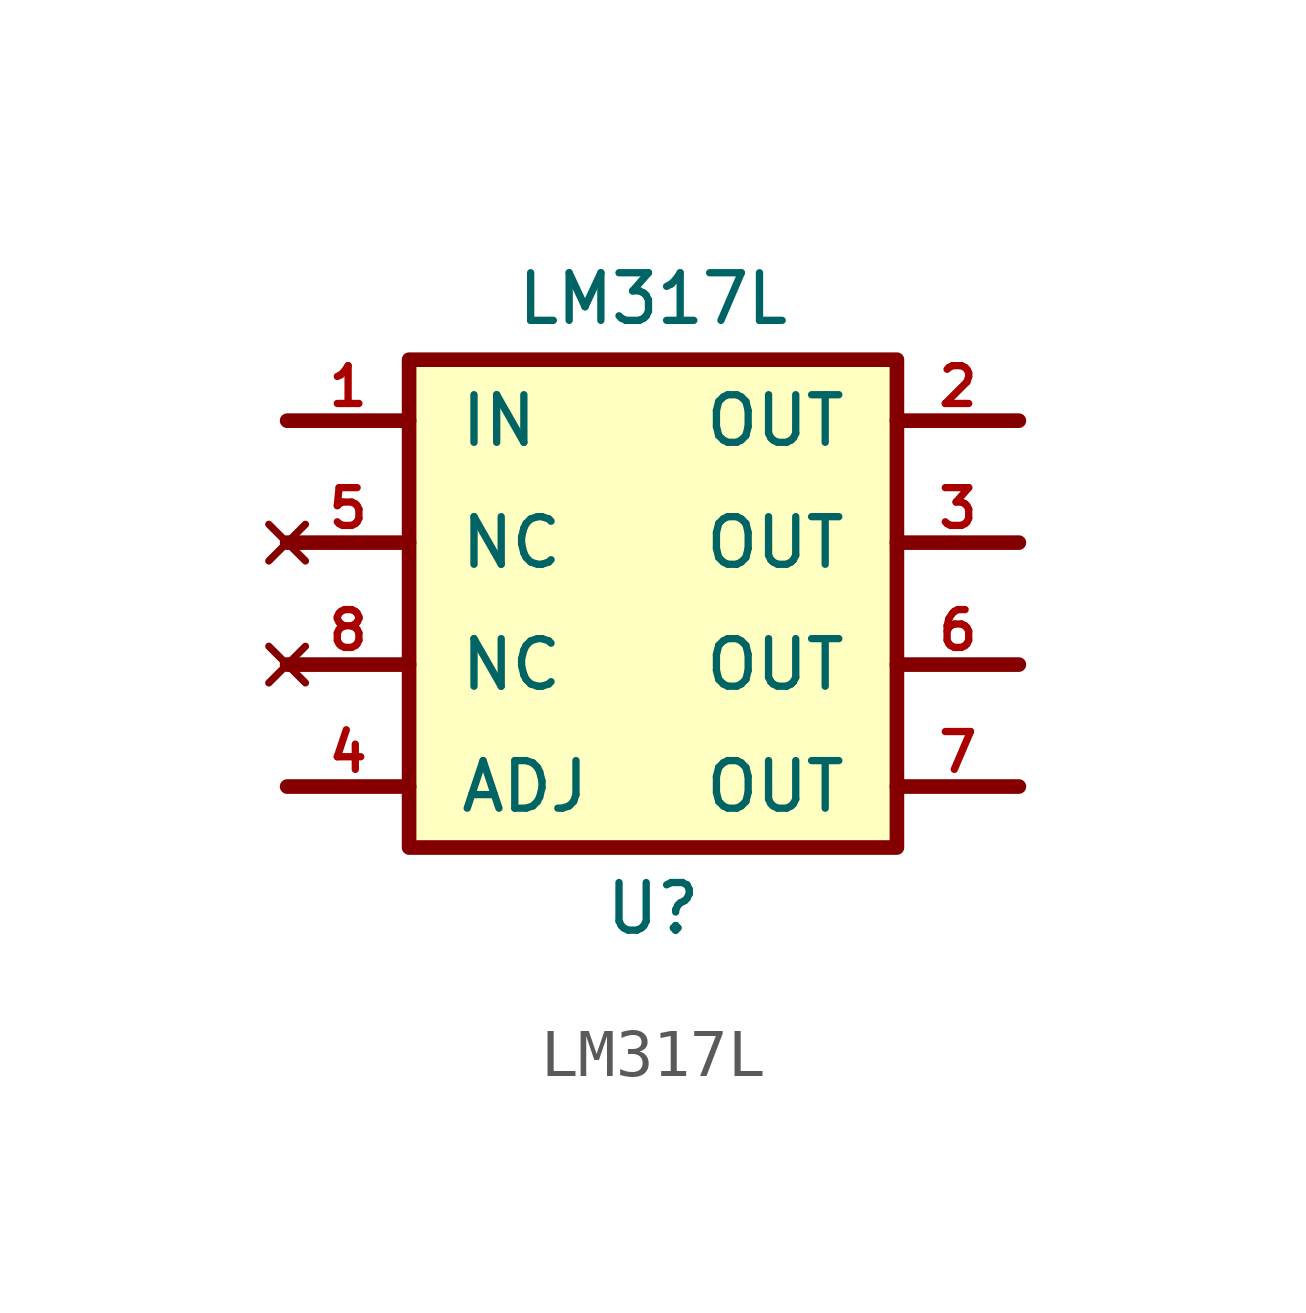
<source format=kicad_sym>
(kicad_symbol_lib
  (version 20211014)
  (generator kicad_symbol_editor)
  (symbol "LM317L"
    (pin_names
      (offset 1.016))
    (property "Reference" "U"
      (at 0 -6.35 0)
      (effects (font (size 0.991 0.991))))
    (property "Value" "LM317L"
      (at 0 6.35 0)
      (effects (font (size 0.991 0.991))))
    (property "Footprint" ""
      (at 0 0 0)
      (effects (font (size 1.524 1.524))))
    (property "Datasheet" ""
      (at 0 0 0)
      (effects (font (size 1.524 1.524))))
    (symbol "LM317L_0_1"
      (rectangle (start -5.08 5.08) (end 5.08 -5.08) (stroke (width 0.305) (type default) (color 0 0 0 0)) (fill (type background)))
      (polyline (pts (xy -7.62 -3.81) (xy -5.08 -3.81)) (stroke (width 0.305) (type default) (color 0 0 0 0)) (fill (type none)))
      (polyline (pts (xy -7.62 -1.27) (xy -5.08 -1.27)) (stroke (width 0.305) (type default) (color 0 0 0 0)) (fill (type none)))
      (polyline (pts (xy -7.62 1.27) (xy -5.08 1.27)) (stroke (width 0.305) (type default) (color 0 0 0 0)) (fill (type none)))
      (polyline (pts (xy -7.62 3.81) (xy -5.08 3.81)) (stroke (width 0.305) (type default) (color 0 0 0 0)) (fill (type none)))
      (polyline (pts (xy 5.08 -3.81) (xy 7.62 -3.81)) (stroke (width 0.305) (type default) (color 0 0 0 0)) (fill (type none)))
      (polyline (pts (xy 5.08 -1.27) (xy 7.62 -1.27)) (stroke (width 0.305) (type default) (color 0 0 0 0)) (fill (type none)))
      (polyline (pts (xy 5.08 1.27) (xy 7.62 1.27)) (stroke (width 0.305) (type default) (color 0 0 0 0)) (fill (type none)))
      (polyline (pts (xy 5.08 3.81) (xy 7.62 3.81)) (stroke (width 0.305) (type default) (color 0 0 0 0)) (fill (type none))))
    (symbol "LM317L_1_1"
      (pin power_out line (at -7.62 3.81 0) (length 2.54) (name "IN" (effects (font (size 0.991 0.991)))) (number "1" (effects (font (size 0.787 0.787)))))
      (pin power_out line (at 7.62 3.81 180) (length 2.54) (name "OUT" (effects (font (size 0.991 0.991)))) (number "2" (effects (font (size 0.787 0.787)))))
      (pin power_out line (at 7.62 1.27 180) (length 2.54) (name "OUT" (effects (font (size 0.991 0.991)))) (number "3" (effects (font (size 0.787 0.787)))))
      (pin bidirectional line (at -7.62 -3.81 0) (length 2.54) (name "ADJ" (effects (font (size 0.991 0.991)))) (number "4" (effects (font (size 0.787 0.787)))))
      (pin no_connect line (at -7.62 1.27 0) (length 2.54) (name "NC" (effects (font (size 0.991 0.991)))) (number "5" (effects (font (size 0.787 0.787)))))
      (pin power_out line (at 7.62 -1.27 180) (length 2.54) (name "OUT" (effects (font (size 0.991 0.991)))) (number "6" (effects (font (size 0.787 0.787)))))
      (pin power_out line (at 7.62 -3.81 180) (length 2.54) (name "OUT" (effects (font (size 0.991 0.991)))) (number "7" (effects (font (size 0.787 0.787)))))
      (pin no_connect line (at -7.62 -1.27 0) (length 2.54) (name "NC" (effects (font (size 0.991 0.991)))) (number "8" (effects (font (size 0.787 0.787))))))))
</source>
